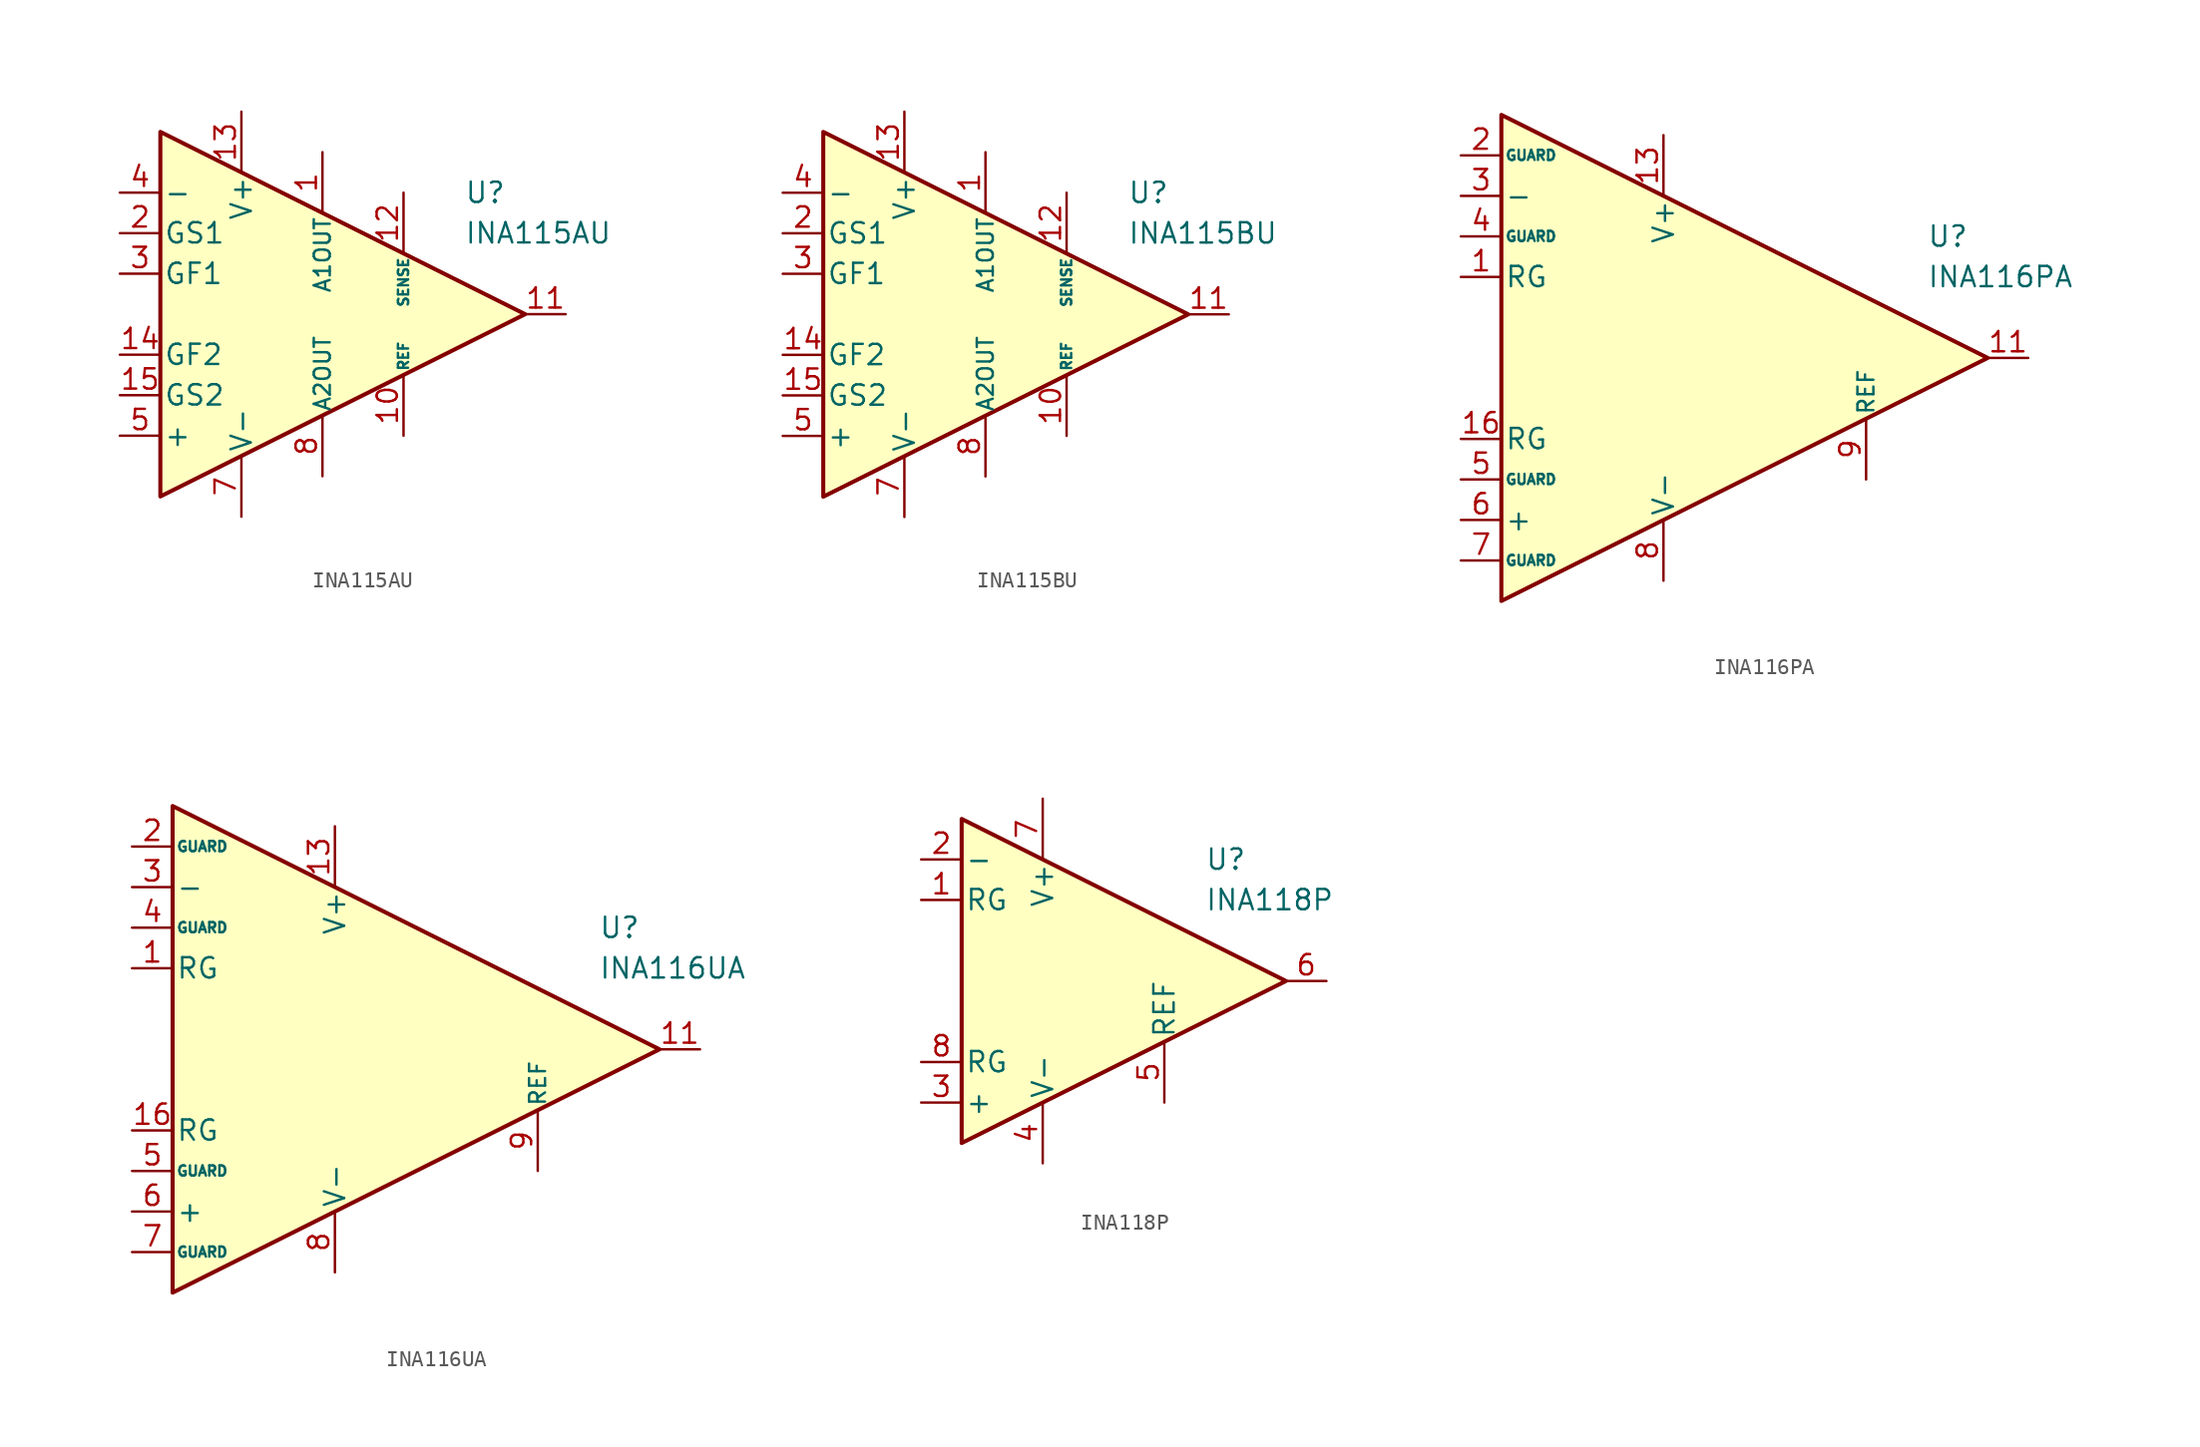
<source format=kicad_sym>
(kicad_symbol_lib
  (version 20231120)
  (generator "kicad_symbol_editor")
  (generator_version "8.0")
  (symbol "INA115AU"
    (pin_names
      (offset 0.2))
    (property "Reference" "U"
      (at 10.16 7.62 0)
      (effects (font (size 1.27 1.27)) (justify left)))
    (property "Value" "INA115AU"
      (at 10.16 5.08 0)
      (effects (font (size 1.27 1.27)) (justify left)))
    (symbol "INA115AU_0_1"
      (polyline (pts (xy -8.89 11.43) (xy -8.89 -11.43) (xy 13.97 0) (xy -8.89 11.43)) (stroke (width 0.254) (type default)) (fill (type background))))
    (symbol "INA115AU_1_1"
      (pin passive line (at 1.27 10.16 270) (length 3.81) (name "A1OUT" (effects (font (size 1 1)))) (number "1" (effects (font (size 1.27 1.27)))))
      (pin input line (at 6.35 -7.62 90) (length 3.81) (name "REF" (effects (font (size 0.635 0.635)))) (number "10" (effects (font (size 1.27 1.27)))))
      (pin output line (at 16.51 0 180) (length 2.54) (name "~" (effects (font (size 1.27 1.27)))) (number "11" (effects (font (size 1.27 1.27)))))
      (pin input line (at 6.35 7.62 270) (length 3.81) (name "SENSE" (effects (font (size 0.635 0.635)))) (number "12" (effects (font (size 1.27 1.27)))))
      (pin power_in line (at -3.81 12.7 270) (length 3.81) (name "V+" (effects (font (size 1.27 1.27)))) (number "13" (effects (font (size 1.27 1.27)))))
      (pin passive line (at -11.43 -2.54 0) (length 2.54) (name "GF2" (effects (font (size 1.27 1.27)))) (number "14" (effects (font (size 1.27 1.27)))))
      (pin passive line (at -11.43 -5.08 0) (length 2.54) (name "GS2" (effects (font (size 1.27 1.27)))) (number "15" (effects (font (size 1.27 1.27)))))
      (pin free line (at -3.81 -2.54 0) (length 2.54) hide (name "NC" (effects (font (size 1.27 1.27)))) (number "16" (effects (font (size 1.27 1.27)))))
      (pin passive line (at -11.43 5.08 0) (length 2.54) (name "GS1" (effects (font (size 1.27 1.27)))) (number "2" (effects (font (size 1.27 1.27)))))
      (pin passive line (at -11.43 2.54 0) (length 2.54) (name "GF1" (effects (font (size 1.27 1.27)))) (number "3" (effects (font (size 1.27 1.27)))))
      (pin input line (at -11.43 7.62 0) (length 2.54) (name "-" (effects (font (size 1.27 1.27)))) (number "4" (effects (font (size 1.27 1.27)))))
      (pin input line (at -11.43 -7.62 0) (length 2.54) (name "+" (effects (font (size 1.27 1.27)))) (number "5" (effects (font (size 1.27 1.27)))))
      (pin free line (at -3.81 2.54 0) (length 2.54) hide (name "NC" (effects (font (size 1.27 1.27)))) (number "6" (effects (font (size 1.27 1.27)))))
      (pin power_in line (at -3.81 -12.7 90) (length 3.81) (name "V-" (effects (font (size 1.27 1.27)))) (number "7" (effects (font (size 1.27 1.27)))))
      (pin passive line (at 1.27 -10.16 90) (length 3.81) (name "A2OUT" (effects (font (size 1 1)))) (number "8" (effects (font (size 1.27 1.27)))))
      (pin free line (at -3.81 0 0) (length 2.54) hide (name "NC" (effects (font (size 1.27 1.27)))) (number "9" (effects (font (size 1.27 1.27)))))))
  (symbol "INA115BU"
    (pin_names
      (offset 0.2))
    (property "Reference" "U"
      (at 10.16 7.62 0)
      (effects (font (size 1.27 1.27)) (justify left)))
    (property "Value" "INA115BU"
      (at 10.16 5.08 0)
      (effects (font (size 1.27 1.27)) (justify left)))
    (symbol "INA115BU_0_1"
      (polyline (pts (xy -8.89 11.43) (xy -8.89 -11.43) (xy 13.97 0) (xy -8.89 11.43)) (stroke (width 0.254) (type default)) (fill (type background))))
    (symbol "INA115BU_1_1"
      (pin passive line (at 1.27 10.16 270) (length 3.81) (name "A1OUT" (effects (font (size 1 1)))) (number "1" (effects (font (size 1.27 1.27)))))
      (pin input line (at 6.35 -7.62 90) (length 3.81) (name "REF" (effects (font (size 0.635 0.635)))) (number "10" (effects (font (size 1.27 1.27)))))
      (pin output line (at 16.51 0 180) (length 2.54) (name "~" (effects (font (size 1.27 1.27)))) (number "11" (effects (font (size 1.27 1.27)))))
      (pin input line (at 6.35 7.62 270) (length 3.81) (name "SENSE" (effects (font (size 0.635 0.635)))) (number "12" (effects (font (size 1.27 1.27)))))
      (pin power_in line (at -3.81 12.7 270) (length 3.81) (name "V+" (effects (font (size 1.27 1.27)))) (number "13" (effects (font (size 1.27 1.27)))))
      (pin passive line (at -11.43 -2.54 0) (length 2.54) (name "GF2" (effects (font (size 1.27 1.27)))) (number "14" (effects (font (size 1.27 1.27)))))
      (pin passive line (at -11.43 -5.08 0) (length 2.54) (name "GS2" (effects (font (size 1.27 1.27)))) (number "15" (effects (font (size 1.27 1.27)))))
      (pin free line (at -3.81 -2.54 0) (length 2.54) hide (name "NC" (effects (font (size 1.27 1.27)))) (number "16" (effects (font (size 1.27 1.27)))))
      (pin passive line (at -11.43 5.08 0) (length 2.54) (name "GS1" (effects (font (size 1.27 1.27)))) (number "2" (effects (font (size 1.27 1.27)))))
      (pin passive line (at -11.43 2.54 0) (length 2.54) (name "GF1" (effects (font (size 1.27 1.27)))) (number "3" (effects (font (size 1.27 1.27)))))
      (pin input line (at -11.43 7.62 0) (length 2.54) (name "-" (effects (font (size 1.27 1.27)))) (number "4" (effects (font (size 1.27 1.27)))))
      (pin input line (at -11.43 -7.62 0) (length 2.54) (name "+" (effects (font (size 1.27 1.27)))) (number "5" (effects (font (size 1.27 1.27)))))
      (pin free line (at -3.81 2.54 0) (length 2.54) hide (name "NC" (effects (font (size 1.27 1.27)))) (number "6" (effects (font (size 1.27 1.27)))))
      (pin power_in line (at -3.81 -12.7 90) (length 3.81) (name "V-" (effects (font (size 1.27 1.27)))) (number "7" (effects (font (size 1.27 1.27)))))
      (pin passive line (at 1.27 -10.16 90) (length 3.81) (name "A2OUT" (effects (font (size 1 1)))) (number "8" (effects (font (size 1.27 1.27)))))
      (pin free line (at -3.81 0 0) (length 2.54) hide (name "NC" (effects (font (size 1.27 1.27)))) (number "9" (effects (font (size 1.27 1.27)))))))
  (symbol "INA116PA"
    (pin_names
      (offset 0.2))
    (property "Reference" "U"
      (at 17.78 7.62 0)
      (effects (font (size 1.27 1.27)) (justify left)))
    (property "Value" "INA116PA"
      (at 17.78 5.08 0)
      (effects (font (size 1.27 1.27)) (justify left)))
    (symbol "INA116PA_0_1"
      (polyline (pts (xy -8.89 15.24) (xy -8.89 -15.24) (xy 21.59 0) (xy -8.89 15.24)) (stroke (width 0.254) (type default)) (fill (type background))))
    (symbol "INA116PA_1_1"
      (pin passive line (at -11.43 5.08 0) (length 2.54) (name "RG" (effects (font (size 1.27 1.27)))) (number "1" (effects (font (size 1.27 1.27)))))
      (pin free line (at 2.54 3.81 0) (length 2.54) hide (name "NC" (effects (font (size 1.27 1.27)))) (number "10" (effects (font (size 1.27 1.27)))))
      (pin output line (at 24.13 0 180) (length 2.54) (name "~" (effects (font (size 1.27 1.27)))) (number "11" (effects (font (size 1.27 1.27)))))
      (pin free line (at 2.54 1.27 0) (length 2.54) hide (name "NC" (effects (font (size 1.27 1.27)))) (number "12" (effects (font (size 1.27 1.27)))))
      (pin power_in line (at 1.27 13.97 270) (length 3.81) (name "V+" (effects (font (size 1.27 1.27)))) (number "13" (effects (font (size 1.27 1.27)))))
      (pin free line (at 2.54 -1.27 0) (length 2.54) hide (name "NC" (effects (font (size 1.27 1.27)))) (number "14" (effects (font (size 1.27 1.27)))))
      (pin free line (at 2.54 -3.81 0) (length 2.54) hide (name "NC" (effects (font (size 1.27 1.27)))) (number "15" (effects (font (size 1.27 1.27)))))
      (pin passive line (at -11.43 -5.08 0) (length 2.54) (name "RG" (effects (font (size 1.27 1.27)))) (number "16" (effects (font (size 1.27 1.27)))))
      (pin passive line (at -11.43 12.7 0) (length 2.54) (name "GUARD" (effects (font (size 0.635 0.635)))) (number "2" (effects (font (size 1.27 1.27)))))
      (pin input line (at -11.43 10.16 0) (length 2.54) (name "-" (effects (font (size 1.27 1.27)))) (number "3" (effects (font (size 1.27 1.27)))))
      (pin passive line (at -11.43 7.62 0) (length 2.54) (name "GUARD" (effects (font (size 0.635 0.635)))) (number "4" (effects (font (size 1.27 1.27)))))
      (pin passive line (at -11.43 -7.62 0) (length 2.54) (name "GUARD" (effects (font (size 0.635 0.635)))) (number "5" (effects (font (size 1.27 1.27)))))
      (pin input line (at -11.43 -10.16 0) (length 2.54) (name "+" (effects (font (size 1.27 1.27)))) (number "6" (effects (font (size 1.27 1.27)))))
      (pin passive line (at -11.43 -12.7 0) (length 2.54) (name "GUARD" (effects (font (size 0.635 0.635)))) (number "7" (effects (font (size 1.27 1.27)))))
      (pin power_in line (at 1.27 -13.97 90) (length 3.81) (name "V-" (effects (font (size 1.27 1.27)))) (number "8" (effects (font (size 1.27 1.27)))))
      (pin input line (at 13.97 -7.62 90) (length 3.81) (name "REF" (effects (font (size 1 1)))) (number "9" (effects (font (size 1.27 1.27)))))))
  (symbol "INA116UA"
    (pin_names
      (offset 0.2))
    (property "Reference" "U"
      (at 17.78 7.62 0)
      (effects (font (size 1.27 1.27)) (justify left)))
    (property "Value" "INA116UA"
      (at 17.78 5.08 0)
      (effects (font (size 1.27 1.27)) (justify left)))
    (symbol "INA116UA_0_1"
      (polyline (pts (xy -8.89 15.24) (xy -8.89 -15.24) (xy 21.59 0) (xy -8.89 15.24)) (stroke (width 0.254) (type default)) (fill (type background))))
    (symbol "INA116UA_1_1"
      (pin passive line (at -11.43 5.08 0) (length 2.54) (name "RG" (effects (font (size 1.27 1.27)))) (number "1" (effects (font (size 1.27 1.27)))))
      (pin free line (at 2.54 3.81 0) (length 2.54) hide (name "NC" (effects (font (size 1.27 1.27)))) (number "10" (effects (font (size 1.27 1.27)))))
      (pin output line (at 24.13 0 180) (length 2.54) (name "~" (effects (font (size 1.27 1.27)))) (number "11" (effects (font (size 1.27 1.27)))))
      (pin free line (at 2.54 1.27 0) (length 2.54) hide (name "NC" (effects (font (size 1.27 1.27)))) (number "12" (effects (font (size 1.27 1.27)))))
      (pin power_in line (at 1.27 13.97 270) (length 3.81) (name "V+" (effects (font (size 1.27 1.27)))) (number "13" (effects (font (size 1.27 1.27)))))
      (pin free line (at 2.54 -1.27 0) (length 2.54) hide (name "NC" (effects (font (size 1.27 1.27)))) (number "14" (effects (font (size 1.27 1.27)))))
      (pin free line (at 2.54 -3.81 0) (length 2.54) hide (name "NC" (effects (font (size 1.27 1.27)))) (number "15" (effects (font (size 1.27 1.27)))))
      (pin passive line (at -11.43 -5.08 0) (length 2.54) (name "RG" (effects (font (size 1.27 1.27)))) (number "16" (effects (font (size 1.27 1.27)))))
      (pin passive line (at -11.43 12.7 0) (length 2.54) (name "GUARD" (effects (font (size 0.635 0.635)))) (number "2" (effects (font (size 1.27 1.27)))))
      (pin input line (at -11.43 10.16 0) (length 2.54) (name "-" (effects (font (size 1.27 1.27)))) (number "3" (effects (font (size 1.27 1.27)))))
      (pin passive line (at -11.43 7.62 0) (length 2.54) (name "GUARD" (effects (font (size 0.635 0.635)))) (number "4" (effects (font (size 1.27 1.27)))))
      (pin passive line (at -11.43 -7.62 0) (length 2.54) (name "GUARD" (effects (font (size 0.635 0.635)))) (number "5" (effects (font (size 1.27 1.27)))))
      (pin input line (at -11.43 -10.16 0) (length 2.54) (name "+" (effects (font (size 1.27 1.27)))) (number "6" (effects (font (size 1.27 1.27)))))
      (pin passive line (at -11.43 -12.7 0) (length 2.54) (name "GUARD" (effects (font (size 0.635 0.635)))) (number "7" (effects (font (size 1.27 1.27)))))
      (pin power_in line (at 1.27 -13.97 90) (length 3.81) (name "V-" (effects (font (size 1.27 1.27)))) (number "8" (effects (font (size 1.27 1.27)))))
      (pin input line (at 13.97 -7.62 90) (length 3.81) (name "REF" (effects (font (size 1 1)))) (number "9" (effects (font (size 1.27 1.27)))))))
  (symbol "INA118P"
    (pin_names
      (offset 0.2))
    (property "Reference" "U"
      (at 6.35 7.62 0)
      (effects (font (size 1.27 1.27)) (justify left)))
    (property "Value" "INA118P"
      (at 6.35 5.08 0)
      (effects (font (size 1.27 1.27)) (justify left)))
    (symbol "INA118P_0_1"
      (polyline (pts (xy -8.89 10.16) (xy -8.89 -10.16) (xy 11.43 0) (xy -8.89 10.16)) (stroke (width 0.254) (type default)) (fill (type background))))
    (symbol "INA118P_1_1"
      (pin passive line (at -11.43 5.08 0) (length 2.54) (name "RG" (effects (font (size 1.27 1.27)))) (number "1" (effects (font (size 1.27 1.27)))))
      (pin input line (at -11.43 7.62 0) (length 2.54) (name "-" (effects (font (size 1.27 1.27)))) (number "2" (effects (font (size 1.27 1.27)))))
      (pin input line (at -11.43 -7.62 0) (length 2.54) (name "+" (effects (font (size 1.27 1.27)))) (number "3" (effects (font (size 1.27 1.27)))))
      (pin power_in line (at -3.81 -11.43 90) (length 3.81) (name "V-" (effects (font (size 1.27 1.27)))) (number "4" (effects (font (size 1.27 1.27)))))
      (pin input line (at 3.81 -7.62 90) (length 3.81) (name "REF" (effects (font (size 1.27 1.27)))) (number "5" (effects (font (size 1.27 1.27)))))
      (pin output line (at 13.97 0 180) (length 2.54) (name "~" (effects (font (size 1.27 1.27)))) (number "6" (effects (font (size 1.27 1.27)))))
      (pin power_in line (at -3.81 11.43 270) (length 3.81) (name "V+" (effects (font (size 1.27 1.27)))) (number "7" (effects (font (size 1.27 1.27)))))
      (pin passive line (at -11.43 -5.08 0) (length 2.54) (name "RG" (effects (font (size 1.27 1.27)))) (number "8" (effects (font (size 1.27 1.27))))))))
</source>
